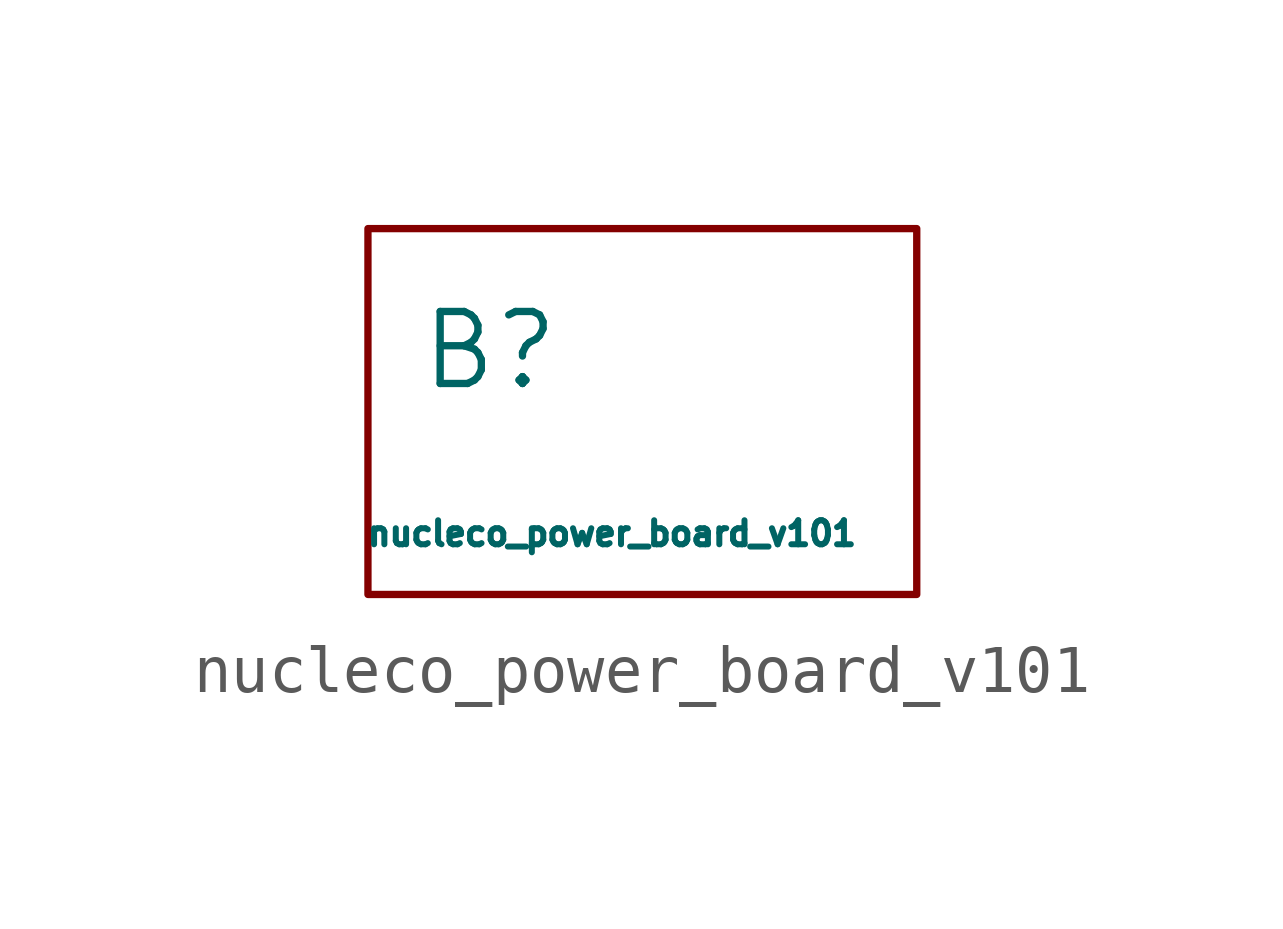
<source format=kicad_sym>
(kicad_symbol_lib
  (version 20211014)
  (generator kicad_symbol_editor)
  (symbol "nucleco_power_board_v101"
    (pin_numbers hide)
    (pin_names
      (offset 0))
    (property "Reference" "B"
      (at -2.54 1.27 0)
      (effects (font (size 1.5 1.5))))
    (property "Value" "nucleco_power_board_v101"
      (at 0 -2.54 0)
      (effects (font (size 0.5 0.5))))
    (symbol "nucleco_power_board_v101_0_1"
      (polyline (pts (xy -5.08 3.81) (xy -5.08 -3.81) (xy 6.35 -3.81) (xy 6.35 3.81) (xy -5.08 3.81)) (stroke (width 0) (type default) (color 0 0 0 0)) (fill (type none))))))
</source>
